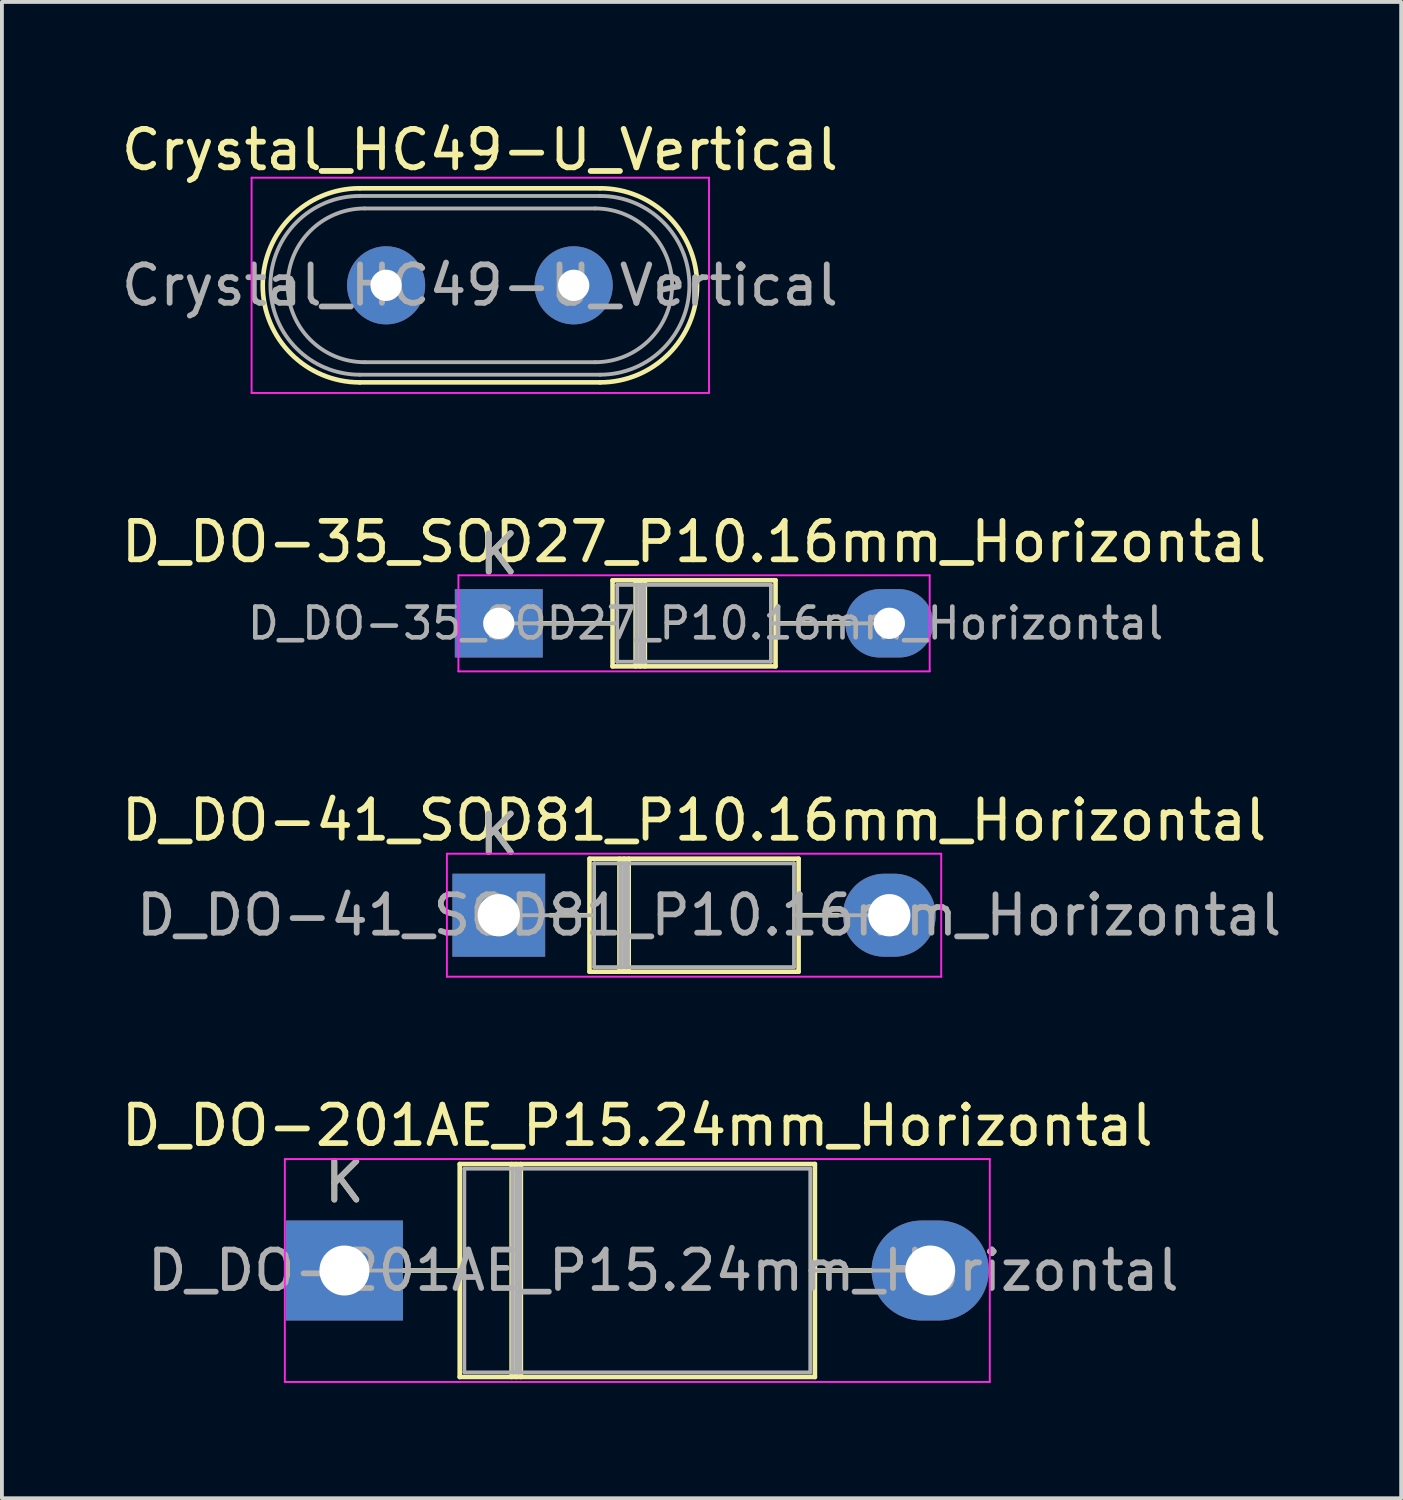
<source format=kicad_pcb>
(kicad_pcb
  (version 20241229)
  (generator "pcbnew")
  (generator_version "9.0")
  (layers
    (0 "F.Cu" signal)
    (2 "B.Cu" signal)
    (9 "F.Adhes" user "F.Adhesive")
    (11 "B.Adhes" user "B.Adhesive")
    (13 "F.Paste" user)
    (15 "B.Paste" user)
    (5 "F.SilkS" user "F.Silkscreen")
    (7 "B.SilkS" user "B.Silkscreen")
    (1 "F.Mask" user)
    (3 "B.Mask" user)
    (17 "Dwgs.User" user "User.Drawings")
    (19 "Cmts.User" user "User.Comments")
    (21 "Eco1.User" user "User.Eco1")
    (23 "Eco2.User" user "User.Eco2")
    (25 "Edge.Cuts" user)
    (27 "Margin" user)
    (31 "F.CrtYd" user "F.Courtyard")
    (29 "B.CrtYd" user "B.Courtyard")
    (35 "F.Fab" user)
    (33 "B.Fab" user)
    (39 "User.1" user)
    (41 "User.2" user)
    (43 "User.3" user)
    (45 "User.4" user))
  (footprint "Crystal_HC49-U_Vertical"
    (layer "F.Cu")
    (at 6.995 4.373)
    (property "Reference" "Crystal_HC49-U_Vertical" (at 2.44 -3.525 0) (layer "F.SilkS") (effects (font (size 1 1) (thickness 0.15))))
    (attr through_hole)
    (fp_line (start -0.685 -2.525) (end 5.565 -2.525) (stroke (width 0.12) (type solid)) (layer "F.SilkS"))
    (fp_line (start -0.685 2.525) (end 5.565 2.525) (stroke (width 0.12) (type solid)) (layer "F.SilkS"))
    (fp_arc (start -0.685 2.525) (mid -3.21 0) (end -0.685 -2.525) (stroke (width 0.12) (type solid)) (layer "F.SilkS"))
    (fp_arc (start 5.565 -2.525) (mid 8.09 0) (end 5.565 2.525) (stroke (width 0.12) (type solid)) (layer "F.SilkS"))
    (fp_line (start -3.5 -2.8) (end -3.5 2.8) (stroke (width 0.05) (type solid)) (layer "F.CrtYd"))
    (fp_line (start -3.5 2.8) (end 8.4 2.8) (stroke (width 0.05) (type solid)) (layer "F.CrtYd"))
    (fp_line (start 8.4 -2.8) (end -3.5 -2.8) (stroke (width 0.05) (type solid)) (layer "F.CrtYd"))
    (fp_line (start 8.4 2.8) (end 8.4 -2.8) (stroke (width 0.05) (type solid)) (layer "F.CrtYd"))
    (fp_line (start -0.685 -2.325) (end 5.565 -2.325) (stroke (width 0.1) (type solid)) (layer "F.Fab"))
    (fp_line (start -0.685 2.325) (end 5.565 2.325) (stroke (width 0.1) (type solid)) (layer "F.Fab"))
    (fp_line (start -0.56 -2) (end 5.44 -2) (stroke (width 0.1) (type solid)) (layer "F.Fab"))
    (fp_line (start -0.56 2) (end 5.44 2) (stroke (width 0.1) (type solid)) (layer "F.Fab"))
    (fp_arc (start -0.685 2.325) (mid -3.01 0) (end -0.685 -2.325) (stroke (width 0.1) (type solid)) (layer "F.Fab"))
    (fp_arc (start -0.56 2) (mid -2.56 0) (end -0.56 -2) (stroke (width 0.1) (type solid)) (layer "F.Fab"))
    (fp_arc (start 5.44 -2) (mid 7.44 0) (end 5.44 2) (stroke (width 0.1) (type solid)) (layer "F.Fab"))
    (fp_arc (start 5.565 -2.325) (mid 7.89 0) (end 5.565 2.325) (stroke (width 0.1) (type solid)) (layer "F.Fab"))
    (fp_text user "${REFERENCE}" (at 2.44 0 0) (layer "F.Fab") (effects (font (size 1 1) (thickness 0.15))))
    (pad "1" thru_hole circle (at 0 0) (size 2.032 2.032) (drill 0.813) (layers "*.Cu" "*.Mask"))
    (pad "2" thru_hole circle (at 4.88 0) (size 2.032 2.032) (drill 0.813) (layers "*.Cu" "*.Mask")))
  (footprint "D_DO-201AE_P15.24mm_Horizontal"
    (layer "F.Cu")
    (at 5.91 30.003)
    (property "Reference" "D_DO-201AE_P15.24mm_Horizontal" (at 7.62 -3.77 0) (layer "F.SilkS") (effects (font (size 1 1) (thickness 0.15))))
    (attr through_hole)
    (fp_line (start 1.54 0) (end 3 0) (stroke (width 0.12) (type solid)) (layer "F.SilkS"))
    (fp_line (start 3 -2.77) (end 3 2.77) (stroke (width 0.12) (type solid)) (layer "F.SilkS"))
    (fp_line (start 3 2.77) (end 12.24 2.77) (stroke (width 0.12) (type solid)) (layer "F.SilkS"))
    (fp_line (start 4.35 -2.77) (end 4.35 2.77) (stroke (width 0.12) (type solid)) (layer "F.SilkS"))
    (fp_line (start 4.47 -2.77) (end 4.47 2.77) (stroke (width 0.12) (type solid)) (layer "F.SilkS"))
    (fp_line (start 4.59 -2.77) (end 4.59 2.77) (stroke (width 0.12) (type solid)) (layer "F.SilkS"))
    (fp_line (start 12.24 -2.77) (end 3 -2.77) (stroke (width 0.12) (type solid)) (layer "F.SilkS"))
    (fp_line (start 12.24 2.77) (end 12.24 -2.77) (stroke (width 0.12) (type solid)) (layer "F.SilkS"))
    (fp_line (start 13.7 0) (end 12.24 0) (stroke (width 0.12) (type solid)) (layer "F.SilkS"))
    (fp_line (start -1.55 -2.9) (end -1.55 2.9) (stroke (width 0.05) (type solid)) (layer "F.CrtYd"))
    (fp_line (start -1.55 2.9) (end 16.79 2.9) (stroke (width 0.05) (type solid)) (layer "F.CrtYd"))
    (fp_line (start 16.79 -2.9) (end -1.55 -2.9) (stroke (width 0.05) (type solid)) (layer "F.CrtYd"))
    (fp_line (start 16.79 2.9) (end 16.79 -2.9) (stroke (width 0.05) (type solid)) (layer "F.CrtYd"))
    (fp_line (start 0 0) (end 3.12 0) (stroke (width 0.1) (type solid)) (layer "F.Fab"))
    (fp_line (start 3.12 -2.65) (end 3.12 2.65) (stroke (width 0.1) (type solid)) (layer "F.Fab"))
    (fp_line (start 3.12 2.65) (end 12.12 2.65) (stroke (width 0.1) (type solid)) (layer "F.Fab"))
    (fp_line (start 4.37 -2.65) (end 4.37 2.65) (stroke (width 0.1) (type solid)) (layer "F.Fab"))
    (fp_line (start 4.47 -2.65) (end 4.47 2.65) (stroke (width 0.1) (type solid)) (layer "F.Fab"))
    (fp_line (start 4.57 -2.65) (end 4.57 2.65) (stroke (width 0.1) (type solid)) (layer "F.Fab"))
    (fp_line (start 12.12 -2.65) (end 3.12 -2.65) (stroke (width 0.1) (type solid)) (layer "F.Fab"))
    (fp_line (start 12.12 2.65) (end 12.12 -2.65) (stroke (width 0.1) (type solid)) (layer "F.Fab"))
    (fp_line (start 15.24 0) (end 12.12 0) (stroke (width 0.1) (type solid)) (layer "F.Fab"))
    (fp_text user "K" (at 0 -2.3 0) (layer "F.SilkS") (effects (font (size 1 1) (thickness 0.15))))
    (fp_text user "${REFERENCE}" (at 8.295 0 0) (layer "F.Fab") (effects (font (size 1 1) (thickness 0.15))))
    (fp_text user "K" (at 0 -2.3 0) (layer "F.Fab") (effects (font (size 1 1) (thickness 0.15))))
    (pad "1" thru_hole rect (at 0 0) (size 3.048 2.6) (drill 1.3) (layers "*.Cu" "*.Mask"))
    (pad "2" thru_hole oval (at 15.24 0) (size 3.048 2.6) (drill 1.3) (layers "*.Cu" "*.Mask")))
  (footprint "D_DO-35_SOD27_P10.16mm_Horizontal"
    (layer "F.Cu")
    (at 9.926 13.166)
    (property "Reference" "D_DO-35_SOD27_P10.16mm_Horizontal" (at 5.08 -2.12 0) (layer "F.SilkS") (effects (font (size 1 1) (thickness 0.15))))
    (attr through_hole)
    (fp_line (start 1.04 0) (end 2.96 0) (stroke (width 0.12) (type solid)) (layer "F.SilkS"))
    (fp_line (start 2.96 -1.12) (end 2.96 1.12) (stroke (width 0.12) (type solid)) (layer "F.SilkS"))
    (fp_line (start 2.96 1.12) (end 7.2 1.12) (stroke (width 0.12) (type solid)) (layer "F.SilkS"))
    (fp_line (start 3.56 -1.12) (end 3.56 1.12) (stroke (width 0.12) (type solid)) (layer "F.SilkS"))
    (fp_line (start 3.68 -1.12) (end 3.68 1.12) (stroke (width 0.12) (type solid)) (layer "F.SilkS"))
    (fp_line (start 3.8 -1.12) (end 3.8 1.12) (stroke (width 0.12) (type solid)) (layer "F.SilkS"))
    (fp_line (start 7.2 -1.12) (end 2.96 -1.12) (stroke (width 0.12) (type solid)) (layer "F.SilkS"))
    (fp_line (start 7.2 1.12) (end 7.2 -1.12) (stroke (width 0.12) (type solid)) (layer "F.SilkS"))
    (fp_line (start 9.12 0) (end 7.2 0) (stroke (width 0.12) (type solid)) (layer "F.SilkS"))
    (fp_line (start -1.05 -1.25) (end -1.05 1.25) (stroke (width 0.05) (type solid)) (layer "F.CrtYd"))
    (fp_line (start -1.05 1.25) (end 11.21 1.25) (stroke (width 0.05) (type solid)) (layer "F.CrtYd"))
    (fp_line (start 11.21 -1.25) (end -1.05 -1.25) (stroke (width 0.05) (type solid)) (layer "F.CrtYd"))
    (fp_line (start 11.21 1.25) (end 11.21 -1.25) (stroke (width 0.05) (type solid)) (layer "F.CrtYd"))
    (fp_line (start 0 0) (end 3.08 0) (stroke (width 0.1) (type solid)) (layer "F.Fab"))
    (fp_line (start 3.08 -1) (end 3.08 1) (stroke (width 0.1) (type solid)) (layer "F.Fab"))
    (fp_line (start 3.08 1) (end 7.08 1) (stroke (width 0.1) (type solid)) (layer "F.Fab"))
    (fp_line (start 3.58 -1) (end 3.58 1) (stroke (width 0.1) (type solid)) (layer "F.Fab"))
    (fp_line (start 3.68 -1) (end 3.68 1) (stroke (width 0.1) (type solid)) (layer "F.Fab"))
    (fp_line (start 3.78 -1) (end 3.78 1) (stroke (width 0.1) (type solid)) (layer "F.Fab"))
    (fp_line (start 7.08 -1) (end 3.08 -1) (stroke (width 0.1) (type solid)) (layer "F.Fab"))
    (fp_line (start 7.08 1) (end 7.08 -1) (stroke (width 0.1) (type solid)) (layer "F.Fab"))
    (fp_line (start 10.16 0) (end 7.08 0) (stroke (width 0.1) (type solid)) (layer "F.Fab"))
    (fp_text user "K" (at 0 -1.8 0) (layer "F.SilkS") (effects (font (size 1 1) (thickness 0.15))))
    (fp_text user "${REFERENCE}" (at 5.38 0 0) (layer "F.Fab") (effects (font (size 0.8 0.8) (thickness 0.12))))
    (fp_text user "K" (at 0 -1.8 0) (layer "F.Fab") (effects (font (size 1 1) (thickness 0.15))))
    (pad "1" thru_hole rect (at 0 0) (size 2.286 1.778) (drill 0.813) (layers "*.Cu" "*.Mask"))
    (pad "2" thru_hole oval (at 10.16 0) (size 2.286 1.778) (drill 0.813) (layers "*.Cu" "*.Mask")))
  (footprint "D_DO-41_SOD81_P10.16mm_Horizontal"
    (layer "F.Cu")
    (at 9.926 20.76)
    (property "Reference" "D_DO-41_SOD81_P10.16mm_Horizontal" (at 5.08 -2.47 0) (layer "F.SilkS") (effects (font (size 1 1) (thickness 0.15))))
    (attr through_hole)
    (fp_line (start 1.34 0) (end 2.36 0) (stroke (width 0.12) (type solid)) (layer "F.SilkS"))
    (fp_line (start 2.36 -1.47) (end 2.36 1.47) (stroke (width 0.12) (type solid)) (layer "F.SilkS"))
    (fp_line (start 2.36 1.47) (end 7.8 1.47) (stroke (width 0.12) (type solid)) (layer "F.SilkS"))
    (fp_line (start 3.14 -1.47) (end 3.14 1.47) (stroke (width 0.12) (type solid)) (layer "F.SilkS"))
    (fp_line (start 3.26 -1.47) (end 3.26 1.47) (stroke (width 0.12) (type solid)) (layer "F.SilkS"))
    (fp_line (start 3.38 -1.47) (end 3.38 1.47) (stroke (width 0.12) (type solid)) (layer "F.SilkS"))
    (fp_line (start 7.8 -1.47) (end 2.36 -1.47) (stroke (width 0.12) (type solid)) (layer "F.SilkS"))
    (fp_line (start 7.8 1.47) (end 7.8 -1.47) (stroke (width 0.12) (type solid)) (layer "F.SilkS"))
    (fp_line (start 8.82 0) (end 7.8 0) (stroke (width 0.12) (type solid)) (layer "F.SilkS"))
    (fp_line (start -1.35 -1.6) (end -1.35 1.6) (stroke (width 0.05) (type solid)) (layer "F.CrtYd"))
    (fp_line (start -1.35 1.6) (end 11.51 1.6) (stroke (width 0.05) (type solid)) (layer "F.CrtYd"))
    (fp_line (start 11.51 -1.6) (end -1.35 -1.6) (stroke (width 0.05) (type solid)) (layer "F.CrtYd"))
    (fp_line (start 11.51 1.6) (end 11.51 -1.6) (stroke (width 0.05) (type solid)) (layer "F.CrtYd"))
    (fp_line (start 0 0) (end 2.48 0) (stroke (width 0.1) (type solid)) (layer "F.Fab"))
    (fp_line (start 2.48 -1.35) (end 2.48 1.35) (stroke (width 0.1) (type solid)) (layer "F.Fab"))
    (fp_line (start 2.48 1.35) (end 7.68 1.35) (stroke (width 0.1) (type solid)) (layer "F.Fab"))
    (fp_line (start 3.16 -1.35) (end 3.16 1.35) (stroke (width 0.1) (type solid)) (layer "F.Fab"))
    (fp_line (start 3.26 -1.35) (end 3.26 1.35) (stroke (width 0.1) (type solid)) (layer "F.Fab"))
    (fp_line (start 3.36 -1.35) (end 3.36 1.35) (stroke (width 0.1) (type solid)) (layer "F.Fab"))
    (fp_line (start 7.68 -1.35) (end 2.48 -1.35) (stroke (width 0.1) (type solid)) (layer "F.Fab"))
    (fp_line (start 7.68 1.35) (end 7.68 -1.35) (stroke (width 0.1) (type solid)) (layer "F.Fab"))
    (fp_line (start 10.16 0) (end 7.68 0) (stroke (width 0.1) (type solid)) (layer "F.Fab"))
    (fp_text user "K" (at 0 -2.1 0) (layer "F.SilkS") (effects (font (size 1 1) (thickness 0.15))))
    (fp_text user "K" (at 0 -2.1 0) (layer "F.Fab") (effects (font (size 1 1) (thickness 0.15))))
    (fp_text user "${REFERENCE}" (at 5.47 0 0) (layer "F.Fab") (effects (font (size 1 1) (thickness 0.15))))
    (pad "1" thru_hole rect (at 0 0) (size 2.413 2.159) (drill 1.1) (layers "*.Cu" "*.Mask"))
    (pad "2" thru_hole oval (at 10.16 0) (size 2.413 2.159) (drill 1.1) (layers "*.Cu" "*.Mask")))
  (gr_rect
    (start -3 -3)
    (end 33.402 35.928)
    (stroke (width 0.1) (type default))
    (fill no)
    (layer "Edge.Cuts")))
</source>
